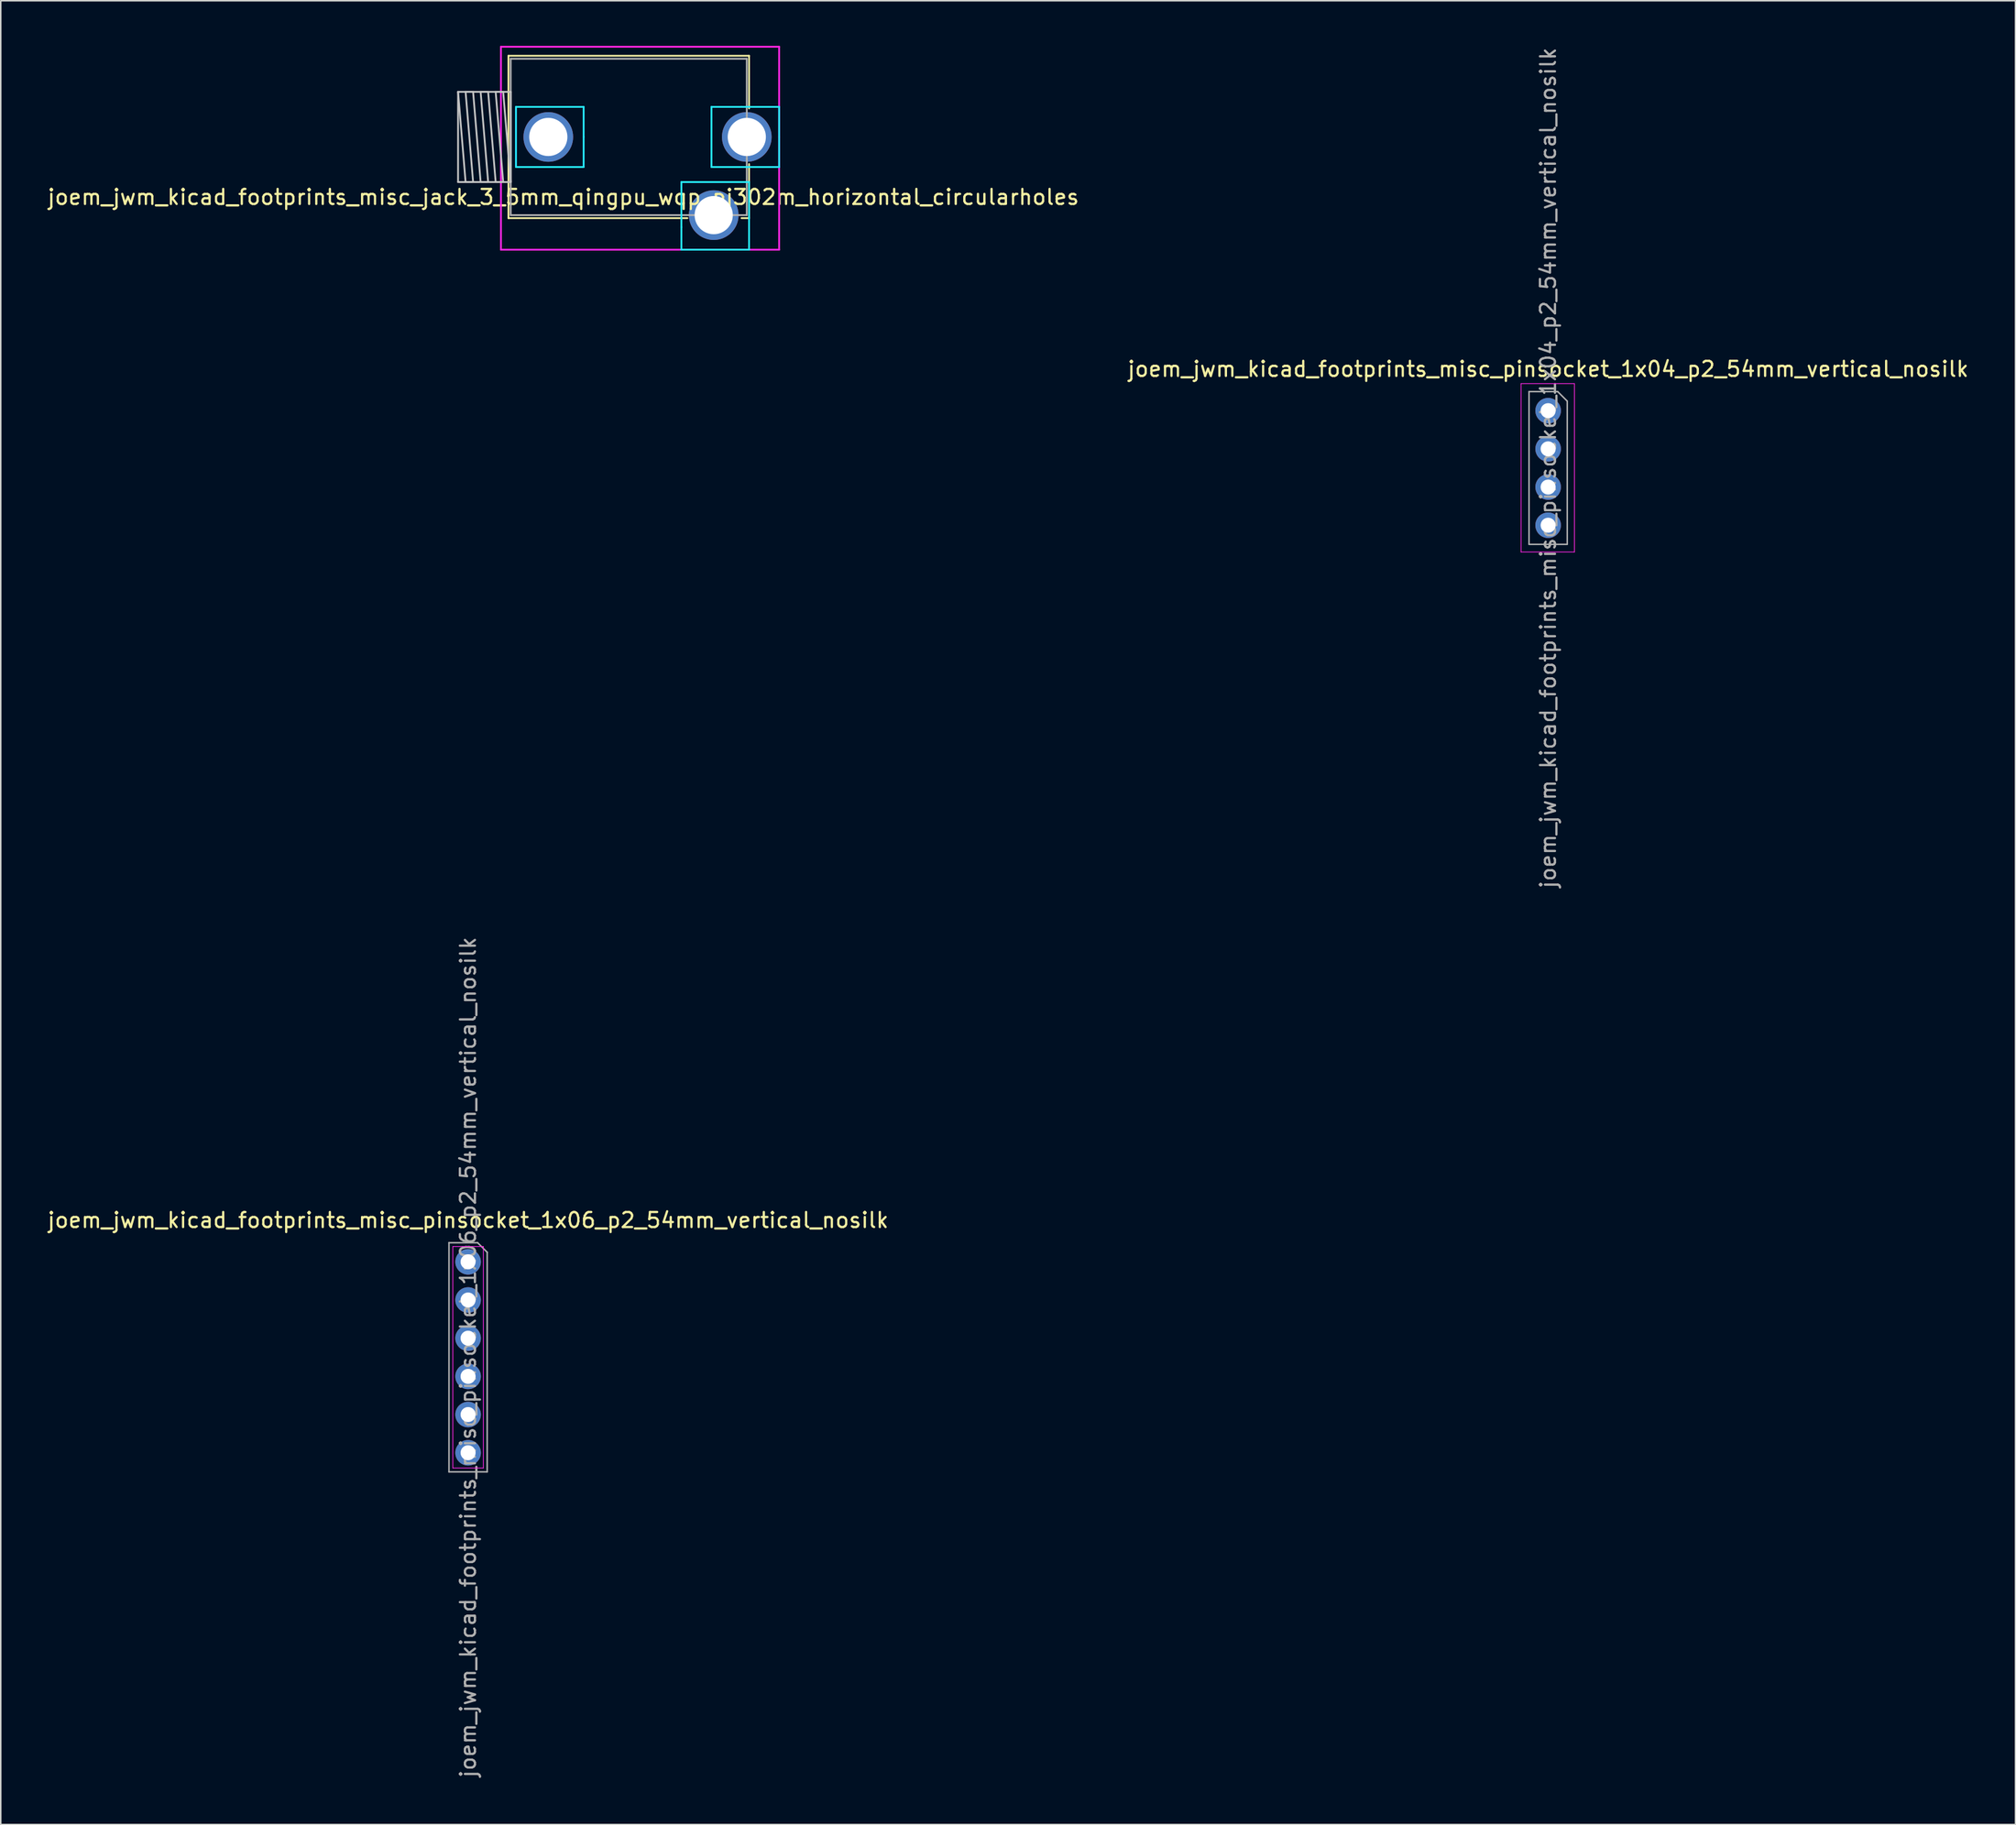
<source format=kicad_pcb>
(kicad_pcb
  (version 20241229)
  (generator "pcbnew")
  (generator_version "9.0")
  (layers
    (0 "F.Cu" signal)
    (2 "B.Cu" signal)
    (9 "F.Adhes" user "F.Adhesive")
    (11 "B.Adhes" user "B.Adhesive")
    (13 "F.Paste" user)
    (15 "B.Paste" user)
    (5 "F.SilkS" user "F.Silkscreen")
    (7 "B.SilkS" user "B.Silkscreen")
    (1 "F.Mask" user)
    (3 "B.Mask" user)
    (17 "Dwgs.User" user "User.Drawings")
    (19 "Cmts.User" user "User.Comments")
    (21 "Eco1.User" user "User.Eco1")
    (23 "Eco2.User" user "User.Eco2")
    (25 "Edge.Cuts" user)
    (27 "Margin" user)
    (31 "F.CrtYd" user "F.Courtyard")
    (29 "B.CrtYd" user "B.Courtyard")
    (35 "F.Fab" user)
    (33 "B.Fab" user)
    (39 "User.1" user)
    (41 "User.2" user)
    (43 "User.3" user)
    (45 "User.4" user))
  (footprint "joem_jwm_kicad_footprints_misc_pinsocket_1x04_p2_54mm_vertical_nosilk"
    (layer "F.Cu")
    (at 99.899 24.267)
    (property "Reference" "joem_jwm_kicad_footprints_misc_pinsocket_1x04_p2_54mm_vertical_nosilk" (at 0 -2.77 0) (layer "F.SilkS") (effects (font (size 1 1) (thickness 0.15))))
    (attr through_hole)
    (fp_line (start -1.8 -1.8) (end 1.75 -1.8) (stroke (width 0.05) (type solid)) (layer "F.CrtYd"))
    (fp_line (start -1.8 9.4) (end -1.8 -1.8) (stroke (width 0.05) (type solid)) (layer "F.CrtYd"))
    (fp_line (start 1.75 -1.8) (end 1.75 9.4) (stroke (width 0.05) (type solid)) (layer "F.CrtYd"))
    (fp_line (start 1.75 9.4) (end -1.8 9.4) (stroke (width 0.05) (type solid)) (layer "F.CrtYd"))
    (fp_line (start -1.27 -1.27) (end 0.635 -1.27) (stroke (width 0.1) (type solid)) (layer "F.Fab"))
    (fp_line (start -1.27 8.89) (end -1.27 -1.27) (stroke (width 0.1) (type solid)) (layer "F.Fab"))
    (fp_line (start 0.635 -1.27) (end 1.27 -0.635) (stroke (width 0.1) (type solid)) (layer "F.Fab"))
    (fp_line (start 1.27 -0.635) (end 1.27 8.89) (stroke (width 0.1) (type solid)) (layer "F.Fab"))
    (fp_line (start 1.27 8.89) (end -1.27 8.89) (stroke (width 0.1) (type solid)) (layer "F.Fab"))
    (fp_text user "${REFERENCE}" (at 0 3.81 90) (layer "F.Fab") (effects (font (size 1 1) (thickness 0.15))))
    (pad "1" thru_hole oval (at 0 0) (size 1.7 1.7) (drill 1) (layers "*.Cu" "*.Mask"))
    (pad "2" thru_hole oval (at 0 2.54) (size 1.7 1.7) (drill 1) (layers "*.Cu" "*.Mask"))
    (pad "3" thru_hole oval (at 0 5.08) (size 1.7 1.7) (drill 1) (layers "*.Cu" "*.Mask"))
    (pad "4" thru_hole oval (at 0 7.62) (size 1.7 1.7) (drill 1) (layers "*.Cu" "*.Mask")))
  (footprint "joem_jwm_kicad_footprints_misc_pinsocket_1x06_p2_54mm_vertical_nosilk"
    (layer "F.Cu")
    (at 28.077 80.882)
    (property "Reference" "joem_jwm_kicad_footprints_misc_pinsocket_1x06_p2_54mm_vertical_nosilk" (at 0 -2.77 0) (layer "F.SilkS") (effects (font (size 1 1) (thickness 0.15))))
    (attr through_hole)
    (fp_line (start -1.016 -1.016) (end -1.016 13.716) (stroke (width 0.05) (type solid)) (layer "F.CrtYd"))
    (fp_line (start -1.016 13.716) (end 1.016 13.716) (stroke (width 0.05) (type solid)) (layer "F.CrtYd"))
    (fp_line (start 1.016 -1.016) (end -1.016 -1.016) (stroke (width 0.05) (type solid)) (layer "F.CrtYd"))
    (fp_line (start 1.016 13.716) (end 1.016 -1.016) (stroke (width 0.05) (type solid)) (layer "F.CrtYd"))
    (fp_line (start -1.27 -1.27) (end 0.635 -1.27) (stroke (width 0.1) (type solid)) (layer "F.Fab"))
    (fp_line (start -1.27 13.97) (end -1.27 -1.27) (stroke (width 0.1) (type solid)) (layer "F.Fab"))
    (fp_line (start 0.635 -1.27) (end 1.27 -0.635) (stroke (width 0.1) (type solid)) (layer "F.Fab"))
    (fp_line (start 1.27 -0.635) (end 1.27 13.97) (stroke (width 0.1) (type solid)) (layer "F.Fab"))
    (fp_line (start 1.27 13.97) (end -1.27 13.97) (stroke (width 0.1) (type solid)) (layer "F.Fab"))
    (fp_text user "${REFERENCE}" (at 0 6.35 90) (layer "F.Fab") (effects (font (size 1 1) (thickness 0.15))))
    (pad "1" thru_hole oval (at 0 0) (size 1.7 1.7) (drill 1) (layers "*.Cu" "*.Mask"))
    (pad "2" thru_hole oval (at 0 2.54) (size 1.7 1.7) (drill 1) (layers "*.Cu" "*.Mask"))
    (pad "3" thru_hole oval (at 0 5.08) (size 1.7 1.7) (drill 1) (layers "*.Cu" "*.Mask"))
    (pad "4" thru_hole oval (at 0 7.62) (size 1.7 1.7) (drill 1) (layers "*.Cu" "*.Mask"))
    (pad "5" thru_hole oval (at 0 10.16) (size 1.7 1.7) (drill 1) (layers "*.Cu" "*.Mask"))
    (pad "6" thru_hole oval (at 0 12.7) (size 1.7 1.7) (drill 1) (layers "*.Cu" "*.Mask")))
  (footprint "joem_jwm_kicad_footprints_misc_jack_3_5mm_qingpu_wqp_pj302m_horizontal_circularholes"
    (layer "F.Cu")
    (at 38.761 6.06)
    (property "Reference" "joem_jwm_kicad_footprints_misc_jack_3_5mm_qingpu_wqp_pj302m_horizontal_circularholes" (at -4.35 4 0) (layer "F.SilkS") (effects (font (size 1 1) (thickness 0.15))))
    (attr through_hole)
    (fp_line (start -8 -5.4) (end 8 -5.4) (stroke (width 0.12) (type solid)) (layer "F.SilkS"))
    (fp_line (start -8 5.4) (end -8 -5.4) (stroke (width 0.12) (type solid)) (layer "F.SilkS"))
    (fp_line (start 3.9 5.4) (end -8 5.4) (stroke (width 0.12) (type solid)) (layer "F.SilkS"))
    (fp_line (start 8 -5.4) (end 8 -1.9) (stroke (width 0.12) (type solid)) (layer "F.SilkS"))
    (fp_line (start 8 1.8) (end 8 5.4) (stroke (width 0.12) (type solid)) (layer "F.SilkS"))
    (fp_line (start 8 5.4) (end 7.5 5.4) (stroke (width 0.12) (type solid)) (layer "F.SilkS"))
    (fp_line (start -11.35 -3) (end -7.85 -3) (stroke (width 0.12) (type solid)) (layer "Dwgs.User"))
    (fp_line (start -11.35 3) (end -11.35 -3) (stroke (width 0.12) (type solid)) (layer "Dwgs.User"))
    (fp_line (start -10.85 -3) (end -10.35 3) (stroke (width 0.12) (type solid)) (layer "Dwgs.User"))
    (fp_line (start -10.85 3) (end -11.35 -3) (stroke (width 0.12) (type solid)) (layer "Dwgs.User"))
    (fp_line (start -10.35 -3) (end -10.85 -3) (stroke (width 0.12) (type solid)) (layer "Dwgs.User"))
    (fp_line (start -10.35 3) (end -10.85 3) (stroke (width 0.12) (type solid)) (layer "Dwgs.User"))
    (fp_line (start -9.85 -3) (end -9.35 3) (stroke (width 0.12) (type solid)) (layer "Dwgs.User"))
    (fp_line (start -9.85 3) (end -10.35 -3) (stroke (width 0.12) (type solid)) (layer "Dwgs.User"))
    (fp_line (start -9.35 -3) (end -9.85 -3) (stroke (width 0.12) (type solid)) (layer "Dwgs.User"))
    (fp_line (start -9.35 3) (end -9.85 3) (stroke (width 0.12) (type solid)) (layer "Dwgs.User"))
    (fp_line (start -8.85 -3) (end -8.35 3) (stroke (width 0.12) (type solid)) (layer "Dwgs.User"))
    (fp_line (start -8.85 3) (end -9.35 -3) (stroke (width 0.12) (type solid)) (layer "Dwgs.User"))
    (fp_line (start -8.35 -3) (end -8.85 -3) (stroke (width 0.12) (type solid)) (layer "Dwgs.User"))
    (fp_line (start -8.35 3) (end -8.85 3) (stroke (width 0.12) (type solid)) (layer "Dwgs.User"))
    (fp_line (start -7.85 -3) (end -7.85 3) (stroke (width 0.12) (type solid)) (layer "Dwgs.User"))
    (fp_line (start -7.85 3) (end -11.35 3) (stroke (width 0.12) (type solid)) (layer "Dwgs.User"))
    (fp_line (start -7.85 3) (end -8.35 -3) (stroke (width 0.12) (type solid)) (layer "Dwgs.User"))
    (fp_line (start -7.5 -2) (end -7.5 2) (stroke (width 0.12) (type solid)) (layer "B.CrtYd"))
    (fp_line (start -7.5 2) (end -3 2) (stroke (width 0.12) (type solid)) (layer "B.CrtYd"))
    (fp_line (start -3 -2) (end -7.5 -2) (stroke (width 0.12) (type solid)) (layer "B.CrtYd"))
    (fp_line (start -3 0) (end -3 -2) (stroke (width 0.12) (type solid)) (layer "B.CrtYd"))
    (fp_line (start -3 2) (end -3 0) (stroke (width 0.12) (type solid)) (layer "B.CrtYd"))
    (fp_line (start 3.5 3) (end 8 3) (stroke (width 0.12) (type solid)) (layer "B.CrtYd"))
    (fp_line (start 3.5 6) (end 3.5 3) (stroke (width 0.12) (type solid)) (layer "B.CrtYd"))
    (fp_line (start 3.5 7.5) (end 3.5 6) (stroke (width 0.12) (type solid)) (layer "B.CrtYd"))
    (fp_line (start 5.5 -2) (end 5.5 2) (stroke (width 0.12) (type solid)) (layer "B.CrtYd"))
    (fp_line (start 5.5 2) (end 10 2) (stroke (width 0.12) (type solid)) (layer "B.CrtYd"))
    (fp_line (start 7.5 -2) (end 5.5 -2) (stroke (width 0.12) (type solid)) (layer "B.CrtYd"))
    (fp_line (start 8 3) (end 8 7.5) (stroke (width 0.12) (type solid)) (layer "B.CrtYd"))
    (fp_line (start 8 7.5) (end 3.5 7.5) (stroke (width 0.12) (type solid)) (layer "B.CrtYd"))
    (fp_line (start 10 -2) (end 7.5 -2) (stroke (width 0.12) (type solid)) (layer "B.CrtYd"))
    (fp_line (start 10 2) (end 10 -2) (stroke (width 0.12) (type solid)) (layer "B.CrtYd"))
    (fp_line (start -8.5 -6) (end -8.5 7.5) (stroke (width 0.12) (type solid)) (layer "F.CrtYd"))
    (fp_line (start -8.5 7.5) (end 10 7.5) (stroke (width 0.12) (type solid)) (layer "F.CrtYd"))
    (fp_line (start 10 -6) (end -8.5 -6) (stroke (width 0.12) (type solid)) (layer "F.CrtYd"))
    (fp_line (start 10 0) (end 10 -6) (stroke (width 0.12) (type solid)) (layer "F.CrtYd"))
    (fp_line (start 10 7.5) (end 10 0) (stroke (width 0.12) (type solid)) (layer "F.CrtYd"))
    (fp_line (start -7.85 -5.2) (end -7.85 5.2) (stroke (width 0.12) (type solid)) (layer "F.Fab"))
    (fp_line (start -7.85 5.2) (end 7.85 5.2) (stroke (width 0.12) (type solid)) (layer "F.Fab"))
    (fp_line (start 7.85 -5.2) (end -7.85 -5.2) (stroke (width 0.12) (type solid)) (layer "F.Fab"))
    (fp_line (start 7.85 5.2) (end 7.85 -5.2) (stroke (width 0.12) (type solid)) (layer "F.Fab"))
    (pad "S" thru_hole circle (at -5.35 0) (size 3.302 3.302) (drill 2.54) (layers "*.Cu" "*.Mask"))
    (pad "T" thru_hole circle (at 7.85 0) (size 3.302 3.302) (drill 2.54) (layers "*.Cu" "*.Mask"))
    (pad "TN" thru_hole circle (at 5.65 5.2) (size 3.302 3.302) (drill 2.54) (layers "*.Cu" "*.Mask")))
  (gr_rect
    (start -3 -3)
    (end 130.976 118.31)
    (stroke (width 0.1) (type default))
    (fill no)
    (layer "Edge.Cuts")))
</source>
